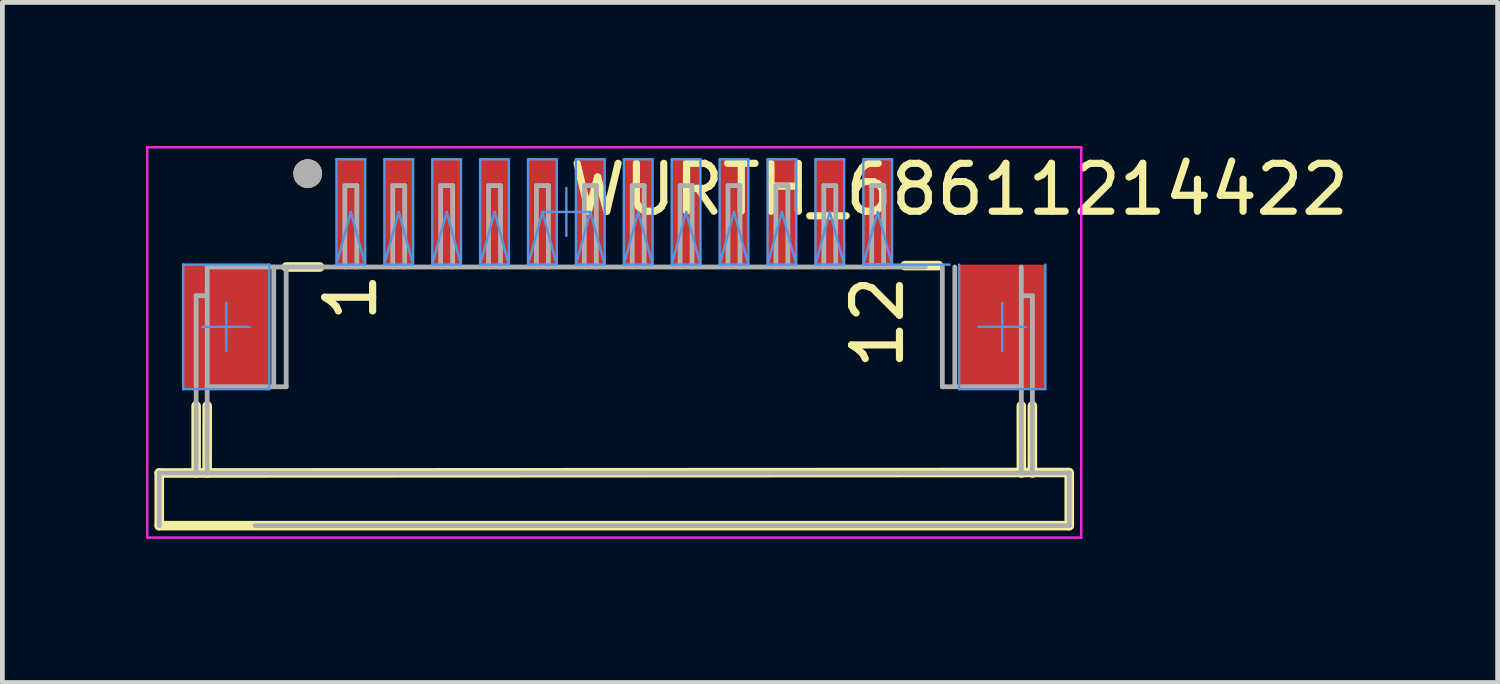
<source format=kicad_pcb>
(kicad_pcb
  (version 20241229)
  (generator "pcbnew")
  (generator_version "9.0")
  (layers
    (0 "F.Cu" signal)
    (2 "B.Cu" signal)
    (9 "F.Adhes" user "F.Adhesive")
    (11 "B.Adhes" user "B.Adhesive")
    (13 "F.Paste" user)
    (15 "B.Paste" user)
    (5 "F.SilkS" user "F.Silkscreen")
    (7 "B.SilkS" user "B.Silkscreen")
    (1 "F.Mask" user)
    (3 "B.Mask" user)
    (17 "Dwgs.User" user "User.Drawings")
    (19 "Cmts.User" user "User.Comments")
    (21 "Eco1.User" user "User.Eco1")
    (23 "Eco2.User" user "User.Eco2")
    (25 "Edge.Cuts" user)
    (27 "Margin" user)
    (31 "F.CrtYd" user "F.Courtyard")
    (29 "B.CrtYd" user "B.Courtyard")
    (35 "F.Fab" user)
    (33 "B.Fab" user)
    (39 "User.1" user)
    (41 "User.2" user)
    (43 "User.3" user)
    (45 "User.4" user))
  (footprint "WURTH_68611214422"
    (layer "F.Cu")
    (at 8.775 1.375)
    (property "Reference" "WURTH_68611214422" (at 8.2 -0.47 0) (layer "F.SilkS") (effects (font (size 1 1) (thickness 0.15))))
    (attr smd)
    (fp_line (start -8.5 5.45) (end 10.49 5.44) (stroke (width 0.2) (type solid)) (layer "F.SilkS"))
    (fp_line (start -8.5 6.55) (end -8.5 5.45) (stroke (width 0.2) (type solid)) (layer "F.SilkS"))
    (fp_line (start -8.5 6.55) (end 10.5 6.55) (stroke (width 0.2) (type solid)) (layer "F.SilkS"))
    (fp_line (start -7.73 5.45) (end -7.73 4.05) (stroke (width 0.2) (type solid)) (layer "F.SilkS"))
    (fp_line (start -7.5 5.45) (end -7.499 4.05) (stroke (width 0.2) (type solid)) (layer "F.SilkS"))
    (fp_line (start -5.85 1.15) (end -5.15 1.15) (stroke (width 0.2) (type solid)) (layer "F.SilkS"))
    (fp_line (start 7.07 1.12) (end 7.77 1.12) (stroke (width 0.2) (type solid)) (layer "F.SilkS"))
    (fp_line (start 9.499 4.05) (end 9.5 5.45) (stroke (width 0.2) (type solid)) (layer "F.SilkS"))
    (fp_line (start 9.73 5.45) (end 9.73 4.05) (stroke (width 0.2) (type solid)) (layer "F.SilkS"))
    (fp_line (start 10.5 6.55) (end 10.5 5.45) (stroke (width 0.2) (type solid)) (layer "F.SilkS"))
    (fp_circle (center -5.4 -0.8) (end -5.25 -0.8) (stroke (width 0.3) (type solid)) (fill no) (layer "F.SilkS"))
    (fp_line (start -8 1.1) (end -6.2 1.1) (stroke (width 0.05) (type solid)) (layer "Cmts.User"))
    (fp_line (start -8 3.7) (end -8 1.1) (stroke (width 0.05) (type solid)) (layer "Cmts.User"))
    (fp_line (start -8 3.7) (end -6.2 3.7) (stroke (width 0.05) (type solid)) (layer "Cmts.User"))
    (fp_line (start -7.6 2.4) (end -7.1 2.4) (stroke (width 0.05) (type solid)) (layer "Cmts.User"))
    (fp_line (start -7.1 2.4) (end -7.1 1.9) (stroke (width 0.05) (type solid)) (layer "Cmts.User"))
    (fp_line (start -7.1 2.4) (end -6.6 2.4) (stroke (width 0.05) (type solid)) (layer "Cmts.User"))
    (fp_line (start -7.1 2.9) (end -7.1 2.4) (stroke (width 0.05) (type solid)) (layer "Cmts.User"))
    (fp_line (start -6.2 3.7) (end -6.2 1.1) (stroke (width 0.05) (type solid)) (layer "Cmts.User"))
    (fp_line (start -4.8 -1.1) (end -4.2 -1.1) (stroke (width 0.05) (type solid)) (layer "Cmts.User"))
    (fp_line (start -4.8 1.1) (end -4.8 -1.1) (stroke (width 0.05) (type solid)) (layer "Cmts.User"))
    (fp_line (start -4.8 1.1) (end -4.5 0) (stroke (width 0.05) (type solid)) (layer "Cmts.User"))
    (fp_line (start -4.8 1.1) (end -4.2 1.1) (stroke (width 0.05) (type solid)) (layer "Cmts.User"))
    (fp_line (start -4.5 0) (end -4.2 1.1) (stroke (width 0.05) (type solid)) (layer "Cmts.User"))
    (fp_line (start -4.2 1.1) (end -4.2 -1.1) (stroke (width 0.05) (type solid)) (layer "Cmts.User"))
    (fp_line (start -3.8 -1.1) (end -3.2 -1.1) (stroke (width 0.05) (type solid)) (layer "Cmts.User"))
    (fp_line (start -3.8 1.1) (end -3.8 -1.1) (stroke (width 0.05) (type solid)) (layer "Cmts.User"))
    (fp_line (start -3.8 1.1) (end -3.5 0) (stroke (width 0.05) (type solid)) (layer "Cmts.User"))
    (fp_line (start -3.8 1.1) (end -3.2 1.1) (stroke (width 0.05) (type solid)) (layer "Cmts.User"))
    (fp_line (start -3.5 0) (end -3.2 1.1) (stroke (width 0.05) (type solid)) (layer "Cmts.User"))
    (fp_line (start -3.2 1.1) (end -3.2 -1.1) (stroke (width 0.05) (type solid)) (layer "Cmts.User"))
    (fp_line (start -2.8 -1.1) (end -2.2 -1.1) (stroke (width 0.05) (type solid)) (layer "Cmts.User"))
    (fp_line (start -2.8 1.1) (end -2.8 -1.1) (stroke (width 0.05) (type solid)) (layer "Cmts.User"))
    (fp_line (start -2.8 1.1) (end -2.5 0) (stroke (width 0.05) (type solid)) (layer "Cmts.User"))
    (fp_line (start -2.8 1.1) (end -2.2 1.1) (stroke (width 0.05) (type solid)) (layer "Cmts.User"))
    (fp_line (start -2.5 0) (end -2.2 1.1) (stroke (width 0.05) (type solid)) (layer "Cmts.User"))
    (fp_line (start -2.2 1.1) (end -2.2 -1.1) (stroke (width 0.05) (type solid)) (layer "Cmts.User"))
    (fp_line (start -1.8 -1.1) (end -1.2 -1.1) (stroke (width 0.05) (type solid)) (layer "Cmts.User"))
    (fp_line (start -1.8 1.1) (end -1.8 -1.1) (stroke (width 0.05) (type solid)) (layer "Cmts.User"))
    (fp_line (start -1.8 1.1) (end -1.5 0) (stroke (width 0.05) (type solid)) (layer "Cmts.User"))
    (fp_line (start -1.8 1.1) (end -1.2 1.1) (stroke (width 0.05) (type solid)) (layer "Cmts.User"))
    (fp_line (start -1.5 0) (end -1.2 1.1) (stroke (width 0.05) (type solid)) (layer "Cmts.User"))
    (fp_line (start -1.2 1.1) (end -1.2 -1.1) (stroke (width 0.05) (type solid)) (layer "Cmts.User"))
    (fp_line (start -0.8 -1.1) (end -0.2 -1.1) (stroke (width 0.05) (type solid)) (layer "Cmts.User"))
    (fp_line (start -0.8 1.1) (end -0.8 -1.1) (stroke (width 0.05) (type solid)) (layer "Cmts.User"))
    (fp_line (start -0.8 1.1) (end -0.5 0) (stroke (width 0.05) (type solid)) (layer "Cmts.User"))
    (fp_line (start -0.8 1.1) (end -0.2 1.1) (stroke (width 0.05) (type solid)) (layer "Cmts.User"))
    (fp_line (start -0.5 0) (end -0.2 1.1) (stroke (width 0.05) (type solid)) (layer "Cmts.User"))
    (fp_line (start -0.5 0) (end 0 0) (stroke (width 0.05) (type solid)) (layer "Cmts.User"))
    (fp_line (start -0.2 1.1) (end -0.2 -1.1) (stroke (width 0.05) (type solid)) (layer "Cmts.User"))
    (fp_line (start 0 0) (end 0 -0.5) (stroke (width 0.05) (type solid)) (layer "Cmts.User"))
    (fp_line (start 0 0) (end 0.5 0) (stroke (width 0.05) (type solid)) (layer "Cmts.User"))
    (fp_line (start 0 0.5) (end 0 0) (stroke (width 0.05) (type solid)) (layer "Cmts.User"))
    (fp_line (start 0.2 -1.1) (end 0.8 -1.1) (stroke (width 0.05) (type solid)) (layer "Cmts.User"))
    (fp_line (start 0.2 1.1) (end 0.2 -1.1) (stroke (width 0.05) (type solid)) (layer "Cmts.User"))
    (fp_line (start 0.2 1.1) (end 0.5 0) (stroke (width 0.05) (type solid)) (layer "Cmts.User"))
    (fp_line (start 0.2 1.1) (end 0.8 1.1) (stroke (width 0.05) (type solid)) (layer "Cmts.User"))
    (fp_line (start 0.5 0) (end 0.8 1.1) (stroke (width 0.05) (type solid)) (layer "Cmts.User"))
    (fp_line (start 0.8 1.1) (end 0.8 -1.1) (stroke (width 0.05) (type solid)) (layer "Cmts.User"))
    (fp_line (start 1.2 -1.1) (end 1.8 -1.1) (stroke (width 0.05) (type solid)) (layer "Cmts.User"))
    (fp_line (start 1.2 1.1) (end 1.2 -1.1) (stroke (width 0.05) (type solid)) (layer "Cmts.User"))
    (fp_line (start 1.2 1.1) (end 1.5 0) (stroke (width 0.05) (type solid)) (layer "Cmts.User"))
    (fp_line (start 1.2 1.1) (end 1.8 1.1) (stroke (width 0.05) (type solid)) (layer "Cmts.User"))
    (fp_line (start 1.5 0) (end 1.8 1.1) (stroke (width 0.05) (type solid)) (layer "Cmts.User"))
    (fp_line (start 1.8 1.1) (end 1.8 -1.1) (stroke (width 0.05) (type solid)) (layer "Cmts.User"))
    (fp_line (start 2.2 -1.1) (end 2.8 -1.1) (stroke (width 0.05) (type solid)) (layer "Cmts.User"))
    (fp_line (start 2.2 1.1) (end 2.2 -1.1) (stroke (width 0.05) (type solid)) (layer "Cmts.User"))
    (fp_line (start 2.2 1.1) (end 2.5 0) (stroke (width 0.05) (type solid)) (layer "Cmts.User"))
    (fp_line (start 2.2 1.1) (end 2.8 1.1) (stroke (width 0.05) (type solid)) (layer "Cmts.User"))
    (fp_line (start 2.5 0) (end 2.8 1.1) (stroke (width 0.05) (type solid)) (layer "Cmts.User"))
    (fp_line (start 2.8 1.1) (end 2.8 -1.1) (stroke (width 0.05) (type solid)) (layer "Cmts.User"))
    (fp_line (start 3.2 -1.1) (end 3.8 -1.1) (stroke (width 0.05) (type solid)) (layer "Cmts.User"))
    (fp_line (start 3.2 1.1) (end 3.2 -1.1) (stroke (width 0.05) (type solid)) (layer "Cmts.User"))
    (fp_line (start 3.2 1.1) (end 3.5 0) (stroke (width 0.05) (type solid)) (layer "Cmts.User"))
    (fp_line (start 3.2 1.1) (end 3.8 1.1) (stroke (width 0.05) (type solid)) (layer "Cmts.User"))
    (fp_line (start 3.5 0) (end 3.8 1.1) (stroke (width 0.05) (type solid)) (layer "Cmts.User"))
    (fp_line (start 3.8 1.1) (end 3.8 -1.1) (stroke (width 0.05) (type solid)) (layer "Cmts.User"))
    (fp_line (start 4.2 -1.1) (end 4.8 -1.1) (stroke (width 0.05) (type solid)) (layer "Cmts.User"))
    (fp_line (start 4.2 1.1) (end 4.2 -1.1) (stroke (width 0.05) (type solid)) (layer "Cmts.User"))
    (fp_line (start 4.2 1.1) (end 4.5 0) (stroke (width 0.05) (type solid)) (layer "Cmts.User"))
    (fp_line (start 4.2 1.1) (end 4.8 1.1) (stroke (width 0.05) (type solid)) (layer "Cmts.User"))
    (fp_line (start 4.5 0) (end 4.8 1.1) (stroke (width 0.05) (type solid)) (layer "Cmts.User"))
    (fp_line (start 4.8 1.1) (end 4.8 -1.1) (stroke (width 0.05) (type solid)) (layer "Cmts.User"))
    (fp_line (start 5.2 -1.1) (end 5.8 -1.1) (stroke (width 0.05) (type solid)) (layer "Cmts.User"))
    (fp_line (start 5.2 1.1) (end 5.2 -1.1) (stroke (width 0.05) (type solid)) (layer "Cmts.User"))
    (fp_line (start 5.2 1.1) (end 5.5 0) (stroke (width 0.05) (type solid)) (layer "Cmts.User"))
    (fp_line (start 5.2 1.1) (end 5.8 1.1) (stroke (width 0.05) (type solid)) (layer "Cmts.User"))
    (fp_line (start 5.5 0) (end 5.8 1.1) (stroke (width 0.05) (type solid)) (layer "Cmts.User"))
    (fp_line (start 5.8 1.1) (end 5.8 -1.1) (stroke (width 0.05) (type solid)) (layer "Cmts.User"))
    (fp_line (start 6.2 -1.1) (end 6.8 -1.1) (stroke (width 0.05) (type solid)) (layer "Cmts.User"))
    (fp_line (start 6.2 1.1) (end 6.2 -1.1) (stroke (width 0.05) (type solid)) (layer "Cmts.User"))
    (fp_line (start 6.2 1.1) (end 6.5 0) (stroke (width 0.05) (type solid)) (layer "Cmts.User"))
    (fp_line (start 6.2 1.1) (end 6.8 1.1) (stroke (width 0.05) (type solid)) (layer "Cmts.User"))
    (fp_line (start 6.2 1.1) (end 8 1.1) (stroke (width 0.05) (type solid)) (layer "Cmts.User"))
    (fp_line (start 6.5 0) (end 6.8 1.1) (stroke (width 0.05) (type solid)) (layer "Cmts.User"))
    (fp_line (start 6.8 1.1) (end 6.8 -1.1) (stroke (width 0.05) (type solid)) (layer "Cmts.User"))
    (fp_line (start 8.2 3.7) (end 8.2 1.1) (stroke (width 0.05) (type solid)) (layer "Cmts.User"))
    (fp_line (start 8.2 3.7) (end 10 3.7) (stroke (width 0.05) (type solid)) (layer "Cmts.User"))
    (fp_line (start 8.6 2.4) (end 9.1 2.4) (stroke (width 0.05) (type solid)) (layer "Cmts.User"))
    (fp_line (start 9.1 2.4) (end 9.1 1.9) (stroke (width 0.05) (type solid)) (layer "Cmts.User"))
    (fp_line (start 9.1 2.4) (end 9.6 2.4) (stroke (width 0.05) (type solid)) (layer "Cmts.User"))
    (fp_line (start 9.1 2.9) (end 9.1 2.4) (stroke (width 0.05) (type solid)) (layer "Cmts.User"))
    (fp_line (start 10 3.7) (end 10 1.1) (stroke (width 0.05) (type solid)) (layer "Cmts.User"))
    (fp_line (start -8.75 -1.35) (end 10.75 -1.35) (stroke (width 0.05) (type solid)) (layer "F.CrtYd"))
    (fp_line (start -8.75 6.8) (end -8.75 -1.35) (stroke (width 0.05) (type solid)) (layer "F.CrtYd"))
    (fp_line (start -8.75 6.8) (end 10.75 6.8) (stroke (width 0.05) (type solid)) (layer "F.CrtYd"))
    (fp_line (start 10.75 6.8) (end 10.75 -1.35) (stroke (width 0.05) (type solid)) (layer "F.CrtYd"))
    (fp_line (start -8.5 5.45) (end 10.5 5.45) (stroke (width 0.1) (type solid)) (layer "F.Fab"))
    (fp_line (start -8.5 6.55) (end -8.5 5.45) (stroke (width 0.1) (type solid)) (layer "F.Fab"))
    (fp_line (start -7.73 1.75) (end -7.5 1.75) (stroke (width 0.1) (type solid)) (layer "F.Fab"))
    (fp_line (start -7.73 5.45) (end -7.73 1.75) (stroke (width 0.1) (type solid)) (layer "F.Fab"))
    (fp_line (start -7.5 5.45) (end -7.498 1.15) (stroke (width 0.1) (type solid)) (layer "F.Fab"))
    (fp_line (start -7.498 1.15) (end 7.498 1.15) (stroke (width 0.1) (type solid)) (layer "F.Fab"))
    (fp_line (start -7.498 3.65) (end -5.85 3.65) (stroke (width 0.1) (type solid)) (layer "F.Fab"))
    (fp_line (start -6.5 6.55) (end 10.5 6.55) (stroke (width 0.1) (type solid)) (layer "F.Fab"))
    (fp_line (start -6.11 3.65) (end -6.11 1.15) (stroke (width 0.1) (type solid)) (layer "F.Fab"))
    (fp_line (start -5.85 3.65) (end -5.85 1.15) (stroke (width 0.1) (type solid)) (layer "F.Fab"))
    (fp_line (start -4.625 -0.55) (end -4.375 -0.55) (stroke (width 0.1) (type solid)) (layer "F.Fab"))
    (fp_line (start -4.625 1.15) (end -4.625 -0.55) (stroke (width 0.1) (type solid)) (layer "F.Fab"))
    (fp_line (start -4.375 1.15) (end -4.375 -0.55) (stroke (width 0.1) (type solid)) (layer "F.Fab"))
    (fp_line (start -3.625 -0.55) (end -3.375 -0.55) (stroke (width 0.1) (type solid)) (layer "F.Fab"))
    (fp_line (start -3.625 1.15) (end -3.625 -0.55) (stroke (width 0.1) (type solid)) (layer "F.Fab"))
    (fp_line (start -3.375 1.15) (end -3.375 -0.55) (stroke (width 0.1) (type solid)) (layer "F.Fab"))
    (fp_line (start -2.625 -0.55) (end -2.375 -0.55) (stroke (width 0.1) (type solid)) (layer "F.Fab"))
    (fp_line (start -2.625 1.15) (end -2.625 -0.55) (stroke (width 0.1) (type solid)) (layer "F.Fab"))
    (fp_line (start -2.375 1.15) (end -2.375 -0.55) (stroke (width 0.1) (type solid)) (layer "F.Fab"))
    (fp_line (start -1.625 -0.55) (end -1.375 -0.55) (stroke (width 0.1) (type solid)) (layer "F.Fab"))
    (fp_line (start -1.625 1.15) (end -1.625 -0.55) (stroke (width 0.1) (type solid)) (layer "F.Fab"))
    (fp_line (start -1.375 1.15) (end -1.375 -0.55) (stroke (width 0.1) (type solid)) (layer "F.Fab"))
    (fp_line (start -0.625 -0.55) (end -0.375 -0.55) (stroke (width 0.1) (type solid)) (layer "F.Fab"))
    (fp_line (start -0.625 1.15) (end -0.625 -0.55) (stroke (width 0.1) (type solid)) (layer "F.Fab"))
    (fp_line (start -0.375 1.15) (end -0.375 -0.55) (stroke (width 0.1) (type solid)) (layer "F.Fab"))
    (fp_line (start 0.375 -0.55) (end 0.625 -0.55) (stroke (width 0.1) (type solid)) (layer "F.Fab"))
    (fp_line (start 0.375 1.15) (end 0.375 -0.55) (stroke (width 0.1) (type solid)) (layer "F.Fab"))
    (fp_line (start 0.625 1.15) (end 0.625 -0.55) (stroke (width 0.1) (type solid)) (layer "F.Fab"))
    (fp_line (start 1.375 -0.55) (end 1.625 -0.55) (stroke (width 0.1) (type solid)) (layer "F.Fab"))
    (fp_line (start 1.375 1.15) (end 1.375 -0.55) (stroke (width 0.1) (type solid)) (layer "F.Fab"))
    (fp_line (start 1.625 1.15) (end 1.625 -0.55) (stroke (width 0.1) (type solid)) (layer "F.Fab"))
    (fp_line (start 2.375 -0.55) (end 2.625 -0.55) (stroke (width 0.1) (type solid)) (layer "F.Fab"))
    (fp_line (start 2.375 1.15) (end 2.375 -0.55) (stroke (width 0.1) (type solid)) (layer "F.Fab"))
    (fp_line (start 2.625 1.15) (end 2.625 -0.55) (stroke (width 0.1) (type solid)) (layer "F.Fab"))
    (fp_line (start 3.375 -0.55) (end 3.625 -0.55) (stroke (width 0.1) (type solid)) (layer "F.Fab"))
    (fp_line (start 3.375 1.15) (end 3.375 -0.55) (stroke (width 0.1) (type solid)) (layer "F.Fab"))
    (fp_line (start 3.625 1.15) (end 3.625 -0.55) (stroke (width 0.1) (type solid)) (layer "F.Fab"))
    (fp_line (start 4.375 -0.55) (end 4.625 -0.55) (stroke (width 0.1) (type solid)) (layer "F.Fab"))
    (fp_line (start 4.375 1.15) (end 4.375 -0.55) (stroke (width 0.1) (type solid)) (layer "F.Fab"))
    (fp_line (start 4.625 1.15) (end 4.625 -0.55) (stroke (width 0.1) (type solid)) (layer "F.Fab"))
    (fp_line (start 5.375 -0.55) (end 5.625 -0.55) (stroke (width 0.1) (type solid)) (layer "F.Fab"))
    (fp_line (start 5.375 1.15) (end 5.375 -0.55) (stroke (width 0.1) (type solid)) (layer "F.Fab"))
    (fp_line (start 5.625 1.15) (end 5.625 -0.55) (stroke (width 0.1) (type solid)) (layer "F.Fab"))
    (fp_line (start 6.375 -0.55) (end 6.625 -0.55) (stroke (width 0.1) (type solid)) (layer "F.Fab"))
    (fp_line (start 6.375 1.15) (end 6.375 -0.55) (stroke (width 0.1) (type solid)) (layer "F.Fab"))
    (fp_line (start 6.625 1.15) (end 6.625 -0.55) (stroke (width 0.1) (type solid)) (layer "F.Fab"))
    (fp_line (start 7.85 3.65) (end 7.85 1.15) (stroke (width 0.1) (type solid)) (layer "F.Fab"))
    (fp_line (start 7.85 3.65) (end 9.498 3.65) (stroke (width 0.1) (type solid)) (layer "F.Fab"))
    (fp_line (start 8.11 3.65) (end 8.11 1.15) (stroke (width 0.1) (type solid)) (layer "F.Fab"))
    (fp_line (start 9.498 1.15) (end 9.5 5.45) (stroke (width 0.1) (type solid)) (layer "F.Fab"))
    (fp_line (start 9.498 1.75) (end 9.73 1.75) (stroke (width 0.1) (type solid)) (layer "F.Fab"))
    (fp_line (start 9.73 5.45) (end 9.73 1.75) (stroke (width 0.1) (type solid)) (layer "F.Fab"))
    (fp_line (start 10.5 6.55) (end 10.5 5.45) (stroke (width 0.1) (type solid)) (layer "F.Fab"))
    (fp_circle (center -5.4 -0.8) (end -5.25 -0.8) (stroke (width 0.3) (type solid)) (fill no) (layer "F.Fab"))
    (fp_text user "1" (at -4.5 1.781 270) (layer "F.SilkS") (effects (font (size 1 1) (thickness 0.15))))
    (fp_text user "12" (at 6.5 2.3 270) (layer "F.SilkS") (effects (font (size 1 1) (thickness 0.15))))
    (pad "1" smd rect (at -4.5 0 180) (size 0.6 2.2) (layers "F.Cu" "F.Mask" "F.Paste"))
    (pad "2" smd rect (at -3.5 0 180) (size 0.6 2.2) (layers "F.Cu" "F.Mask" "F.Paste"))
    (pad "3" smd rect (at -2.5 0 180) (size 0.6 2.2) (layers "F.Cu" "F.Mask" "F.Paste"))
    (pad "4" smd rect (at -1.5 0 180) (size 0.6 2.2) (layers "F.Cu" "F.Mask" "F.Paste"))
    (pad "5" smd rect (at -0.5 0 180) (size 0.6 2.2) (layers "F.Cu" "F.Mask" "F.Paste"))
    (pad "6" smd rect (at 0.5 0 180) (size 0.6 2.2) (layers "F.Cu" "F.Mask" "F.Paste"))
    (pad "7" smd rect (at 1.5 0 180) (size 0.6 2.2) (layers "F.Cu" "F.Mask" "F.Paste"))
    (pad "8" smd rect (at 2.5 0 180) (size 0.6 2.2) (layers "F.Cu" "F.Mask" "F.Paste"))
    (pad "9" smd rect (at 3.5 0 180) (size 0.6 2.2) (layers "F.Cu" "F.Mask" "F.Paste"))
    (pad "10" smd rect (at 4.5 0 180) (size 0.6 2.2) (layers "F.Cu" "F.Mask" "F.Paste"))
    (pad "11" smd rect (at 5.5 0 180) (size 0.6 2.2) (layers "F.Cu" "F.Mask" "F.Paste"))
    (pad "12" smd rect (at 6.5 0 180) (size 0.6 2.2) (layers "F.Cu" "F.Mask" "F.Paste"))
    (pad "P1" smd rect (at -7.1 2.4 180) (size 1.8 2.6) (layers "F.Cu" "F.Mask" "F.Paste"))
    (pad "P2" smd rect (at 9.1 2.4 180) (size 1.8 2.6) (layers "F.Cu" "F.Mask" "F.Paste")))
  (gr_rect
    (start -3 -3)
    (end 28.219 11.2)
    (stroke (width 0.1) (type default))
    (fill no)
    (layer "Edge.Cuts")))
</source>
